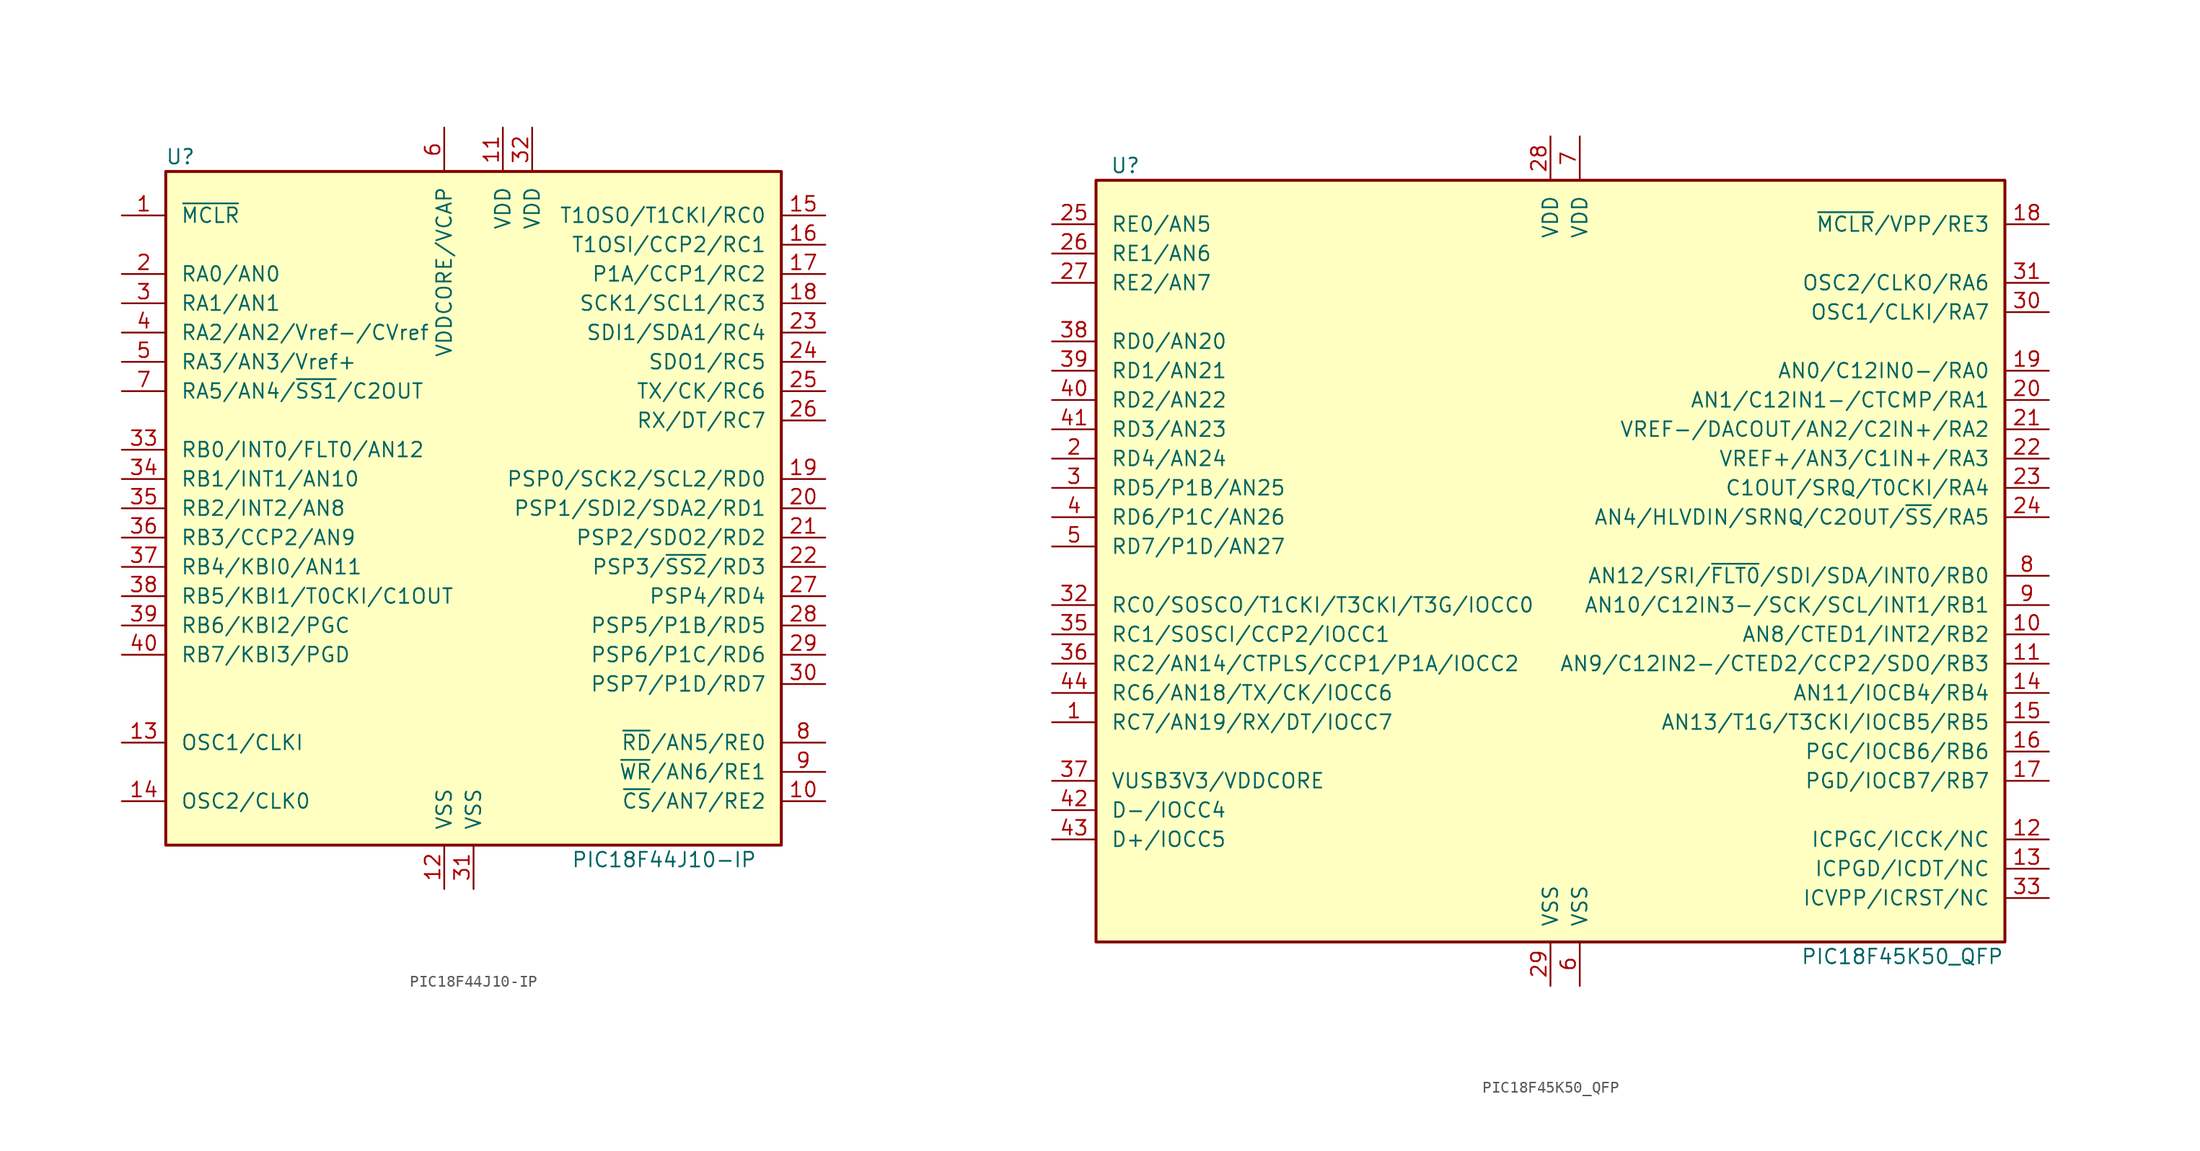
<source format=kicad_sym>
(kicad_symbol_lib
  (version 20201005)
  (generator kicad_symbol_editor)
  (symbol "MCU_Microchip_PIC18:PIC18F44J10-IP"
    (pin_names
      (offset 1.27))
    (property "Reference" "U"
      (at -25.4 30.48 0)
      (effects (font (size 1.27 1.27))))
    (property "Value" "PIC18F44J10-IP"
      (at 16.51 -30.48 0)
      (effects (font (size 1.27 1.27))))
    (symbol "PIC18F44J10-IP_0_0"
      (rectangle (start -26.67 -29.21) (end 26.67 29.21) (stroke (width 0.254)) (fill (type background))))
    (symbol "PIC18F44J10-IP_1_1"
      (pin input line (at -30.48 25.4 0) (length 3.81) (name "~MCLR~" (effects (font (size 1.27 1.27)))) (number "1" (effects (font (size 1.27 1.27)))))
      (pin tri_state line (at 30.48 -25.4 180) (length 3.81) (name "~CS~/AN7/RE2" (effects (font (size 1.27 1.27)))) (number "10" (effects (font (size 1.27 1.27)))))
      (pin power_in line (at 2.54 33.02 270) (length 3.81) (name "VDD" (effects (font (size 1.27 1.27)))) (number "11" (effects (font (size 1.27 1.27)))))
      (pin power_in line (at -2.54 -33.02 90) (length 3.81) (name "VSS" (effects (font (size 1.27 1.27)))) (number "12" (effects (font (size 1.27 1.27)))))
      (pin input line (at -30.48 -20.32 0) (length 3.81) (name "OSC1/CLKI" (effects (font (size 1.27 1.27)))) (number "13" (effects (font (size 1.27 1.27)))))
      (pin output line (at -30.48 -25.4 0) (length 3.81) (name "OSC2/CLK0" (effects (font (size 1.27 1.27)))) (number "14" (effects (font (size 1.27 1.27)))))
      (pin tri_state line (at 30.48 25.4 180) (length 3.81) (name "T1OSO/T1CKI/RC0" (effects (font (size 1.27 1.27)))) (number "15" (effects (font (size 1.27 1.27)))))
      (pin tri_state line (at 30.48 22.86 180) (length 3.81) (name "T1OSI/CCP2/RC1" (effects (font (size 1.27 1.27)))) (number "16" (effects (font (size 1.27 1.27)))))
      (pin tri_state line (at 30.48 20.32 180) (length 3.81) (name "P1A/CCP1/RC2" (effects (font (size 1.27 1.27)))) (number "17" (effects (font (size 1.27 1.27)))))
      (pin tri_state line (at 30.48 17.78 180) (length 3.81) (name "SCK1/SCL1/RC3" (effects (font (size 1.27 1.27)))) (number "18" (effects (font (size 1.27 1.27)))))
      (pin tri_state line (at 30.48 2.54 180) (length 3.81) (name "PSP0/SCK2/SCL2/RD0" (effects (font (size 1.27 1.27)))) (number "19" (effects (font (size 1.27 1.27)))))
      (pin tri_state line (at -30.48 20.32 0) (length 3.81) (name "RA0/AN0" (effects (font (size 1.27 1.27)))) (number "2" (effects (font (size 1.27 1.27)))))
      (pin tri_state line (at 30.48 0 180) (length 3.81) (name "PSP1/SDI2/SDA2/RD1" (effects (font (size 1.27 1.27)))) (number "20" (effects (font (size 1.27 1.27)))))
      (pin tri_state line (at 30.48 -2.54 180) (length 3.81) (name "PSP2/SDO2/RD2" (effects (font (size 1.27 1.27)))) (number "21" (effects (font (size 1.27 1.27)))))
      (pin tri_state line (at 30.48 -5.08 180) (length 3.81) (name "PSP3/~SS2~/RD3" (effects (font (size 1.27 1.27)))) (number "22" (effects (font (size 1.27 1.27)))))
      (pin tri_state line (at 30.48 15.24 180) (length 3.81) (name "SDI1/SDA1/RC4" (effects (font (size 1.27 1.27)))) (number "23" (effects (font (size 1.27 1.27)))))
      (pin tri_state line (at 30.48 12.7 180) (length 3.81) (name "SDO1/RC5" (effects (font (size 1.27 1.27)))) (number "24" (effects (font (size 1.27 1.27)))))
      (pin tri_state line (at 30.48 10.16 180) (length 3.81) (name "TX/CK/RC6" (effects (font (size 1.27 1.27)))) (number "25" (effects (font (size 1.27 1.27)))))
      (pin tri_state line (at 30.48 7.62 180) (length 3.81) (name "RX/DT/RC7" (effects (font (size 1.27 1.27)))) (number "26" (effects (font (size 1.27 1.27)))))
      (pin tri_state line (at 30.48 -7.62 180) (length 3.81) (name "PSP4/RD4" (effects (font (size 1.27 1.27)))) (number "27" (effects (font (size 1.27 1.27)))))
      (pin tri_state line (at 30.48 -10.16 180) (length 3.81) (name "PSP5/P1B/RD5" (effects (font (size 1.27 1.27)))) (number "28" (effects (font (size 1.27 1.27)))))
      (pin tri_state line (at 30.48 -12.7 180) (length 3.81) (name "PSP6/P1C/RD6" (effects (font (size 1.27 1.27)))) (number "29" (effects (font (size 1.27 1.27)))))
      (pin tri_state line (at -30.48 17.78 0) (length 3.81) (name "RA1/AN1" (effects (font (size 1.27 1.27)))) (number "3" (effects (font (size 1.27 1.27)))))
      (pin tri_state line (at 30.48 -15.24 180) (length 3.81) (name "PSP7/P1D/RD7" (effects (font (size 1.27 1.27)))) (number "30" (effects (font (size 1.27 1.27)))))
      (pin power_in line (at 0 -33.02 90) (length 3.81) (name "VSS" (effects (font (size 1.27 1.27)))) (number "31" (effects (font (size 1.27 1.27)))))
      (pin power_in line (at 5.08 33.02 270) (length 3.81) (name "VDD" (effects (font (size 1.27 1.27)))) (number "32" (effects (font (size 1.27 1.27)))))
      (pin tri_state line (at -30.48 5.08 0) (length 3.81) (name "RB0/INT0/FLT0/AN12" (effects (font (size 1.27 1.27)))) (number "33" (effects (font (size 1.27 1.27)))))
      (pin tri_state line (at -30.48 2.54 0) (length 3.81) (name "RB1/INT1/AN10" (effects (font (size 1.27 1.27)))) (number "34" (effects (font (size 1.27 1.27)))))
      (pin tri_state line (at -30.48 0 0) (length 3.81) (name "RB2/INT2/AN8" (effects (font (size 1.27 1.27)))) (number "35" (effects (font (size 1.27 1.27)))))
      (pin tri_state line (at -30.48 -2.54 0) (length 3.81) (name "RB3/CCP2/AN9" (effects (font (size 1.27 1.27)))) (number "36" (effects (font (size 1.27 1.27)))))
      (pin tri_state line (at -30.48 -5.08 0) (length 3.81) (name "RB4/KBI0/AN11" (effects (font (size 1.27 1.27)))) (number "37" (effects (font (size 1.27 1.27)))))
      (pin tri_state line (at -30.48 -7.62 0) (length 3.81) (name "RB5/KBI1/T0CKI/C1OUT" (effects (font (size 1.27 1.27)))) (number "38" (effects (font (size 1.27 1.27)))))
      (pin tri_state line (at -30.48 -10.16 0) (length 3.81) (name "RB6/KBI2/PGC" (effects (font (size 1.27 1.27)))) (number "39" (effects (font (size 1.27 1.27)))))
      (pin tri_state line (at -30.48 15.24 0) (length 3.81) (name "RA2/AN2/Vref-/CVref" (effects (font (size 1.27 1.27)))) (number "4" (effects (font (size 1.27 1.27)))))
      (pin tri_state line (at -30.48 -12.7 0) (length 3.81) (name "RB7/KBI3/PGD" (effects (font (size 1.27 1.27)))) (number "40" (effects (font (size 1.27 1.27)))))
      (pin tri_state line (at -30.48 12.7 0) (length 3.81) (name "RA3/AN3/Vref+" (effects (font (size 1.27 1.27)))) (number "5" (effects (font (size 1.27 1.27)))))
      (pin passive line (at -2.54 33.02 270) (length 3.81) (name "VDDCORE/VCAP" (effects (font (size 1.27 1.27)))) (number "6" (effects (font (size 1.27 1.27)))))
      (pin tri_state line (at -30.48 10.16 0) (length 3.81) (name "RA5/AN4/~SS1~/C2OUT" (effects (font (size 1.27 1.27)))) (number "7" (effects (font (size 1.27 1.27)))))
      (pin tri_state line (at 30.48 -20.32 180) (length 3.81) (name "~RD~/AN5/RE0" (effects (font (size 1.27 1.27)))) (number "8" (effects (font (size 1.27 1.27)))))
      (pin tri_state line (at 30.48 -22.86 180) (length 3.81) (name "~WR~/AN6/RE1" (effects (font (size 1.27 1.27)))) (number "9" (effects (font (size 1.27 1.27)))))))
  (symbol "MCU_Microchip_PIC18:PIC18F45K50_QFP"
    (pin_names
      (offset 1.27))
    (property "Reference" "U"
      (at -36.83 33.02 0)
      (effects (font (size 1.27 1.27))))
    (property "Value" "PIC18F45K50_QFP"
      (at 30.48 -35.56 0)
      (effects (font (size 1.27 1.27))))
    (symbol "PIC18F45K50_QFP_0_1"
      (rectangle (start -39.37 31.75) (end 39.37 -34.29) (stroke (width 0.254)) (fill (type background))))
    (symbol "PIC18F45K50_QFP_1_1"
      (pin bidirectional line (at -43.18 -15.24 0) (length 3.81) (name "RC7/AN19/RX/DT/IOCC7" (effects (font (size 1.27 1.27)))) (number "1" (effects (font (size 1.27 1.27)))))
      (pin bidirectional line (at 43.18 -7.62 180) (length 3.81) (name "AN8/CTED1/INT2/RB2" (effects (font (size 1.27 1.27)))) (number "10" (effects (font (size 1.27 1.27)))))
      (pin bidirectional line (at 43.18 -10.16 180) (length 3.81) (name "AN9/C12IN2-/CTED2/CCP2/SDO/RB3" (effects (font (size 1.27 1.27)))) (number "11" (effects (font (size 1.27 1.27)))))
      (pin bidirectional line (at 43.18 -25.4 180) (length 3.81) (name "ICPGC/ICCK/NC" (effects (font (size 1.27 1.27)))) (number "12" (effects (font (size 1.27 1.27)))))
      (pin bidirectional line (at 43.18 -27.94 180) (length 3.81) (name "ICPGD/ICDT/NC" (effects (font (size 1.27 1.27)))) (number "13" (effects (font (size 1.27 1.27)))))
      (pin bidirectional line (at 43.18 -12.7 180) (length 3.81) (name "AN11/IOCB4/RB4" (effects (font (size 1.27 1.27)))) (number "14" (effects (font (size 1.27 1.27)))))
      (pin bidirectional line (at 43.18 -15.24 180) (length 3.81) (name "AN13/T1G/T3CKI/IOCB5/RB5" (effects (font (size 1.27 1.27)))) (number "15" (effects (font (size 1.27 1.27)))))
      (pin bidirectional line (at 43.18 -17.78 180) (length 3.81) (name "PGC/IOCB6/RB6" (effects (font (size 1.27 1.27)))) (number "16" (effects (font (size 1.27 1.27)))))
      (pin bidirectional line (at 43.18 -20.32 180) (length 3.81) (name "PGD/IOCB7/RB7" (effects (font (size 1.27 1.27)))) (number "17" (effects (font (size 1.27 1.27)))))
      (pin input line (at 43.18 27.94 180) (length 3.81) (name "~MCLR~/VPP/RE3" (effects (font (size 1.27 1.27)))) (number "18" (effects (font (size 1.27 1.27)))))
      (pin bidirectional line (at 43.18 15.24 180) (length 3.81) (name "AN0/C12IN0-/RA0" (effects (font (size 1.27 1.27)))) (number "19" (effects (font (size 1.27 1.27)))))
      (pin bidirectional line (at -43.18 7.62 0) (length 3.81) (name "RD4/AN24" (effects (font (size 1.27 1.27)))) (number "2" (effects (font (size 1.27 1.27)))))
      (pin bidirectional line (at 43.18 12.7 180) (length 3.81) (name "AN1/C12IN1-/CTCMP/RA1" (effects (font (size 1.27 1.27)))) (number "20" (effects (font (size 1.27 1.27)))))
      (pin bidirectional line (at 43.18 10.16 180) (length 3.81) (name "VREF-/DACOUT/AN2/C2IN+/RA2" (effects (font (size 1.27 1.27)))) (number "21" (effects (font (size 1.27 1.27)))))
      (pin bidirectional line (at 43.18 7.62 180) (length 3.81) (name "VREF+/AN3/C1IN+/RA3" (effects (font (size 1.27 1.27)))) (number "22" (effects (font (size 1.27 1.27)))))
      (pin bidirectional line (at 43.18 5.08 180) (length 3.81) (name "C1OUT/SRQ/T0CKI/RA4" (effects (font (size 1.27 1.27)))) (number "23" (effects (font (size 1.27 1.27)))))
      (pin bidirectional line (at 43.18 2.54 180) (length 3.81) (name "AN4/HLVDIN/SRNQ/C2OUT/~SS~/RA5" (effects (font (size 1.27 1.27)))) (number "24" (effects (font (size 1.27 1.27)))))
      (pin bidirectional line (at -43.18 27.94 0) (length 3.81) (name "RE0/AN5" (effects (font (size 1.27 1.27)))) (number "25" (effects (font (size 1.27 1.27)))))
      (pin bidirectional line (at -43.18 25.4 0) (length 3.81) (name "RE1/AN6" (effects (font (size 1.27 1.27)))) (number "26" (effects (font (size 1.27 1.27)))))
      (pin bidirectional line (at -43.18 22.86 0) (length 3.81) (name "RE2/AN7" (effects (font (size 1.27 1.27)))) (number "27" (effects (font (size 1.27 1.27)))))
      (pin power_in line (at 0 35.56 270) (length 3.81) (name "VDD" (effects (font (size 1.27 1.27)))) (number "28" (effects (font (size 1.27 1.27)))))
      (pin power_in line (at 0 -38.1 90) (length 3.81) (name "VSS" (effects (font (size 1.27 1.27)))) (number "29" (effects (font (size 1.27 1.27)))))
      (pin bidirectional line (at -43.18 5.08 0) (length 3.81) (name "RD5/P1B/AN25" (effects (font (size 1.27 1.27)))) (number "3" (effects (font (size 1.27 1.27)))))
      (pin bidirectional line (at 43.18 20.32 180) (length 3.81) (name "OSC1/CLKI/RA7" (effects (font (size 1.27 1.27)))) (number "30" (effects (font (size 1.27 1.27)))))
      (pin bidirectional line (at 43.18 22.86 180) (length 3.81) (name "OSC2/CLKO/RA6" (effects (font (size 1.27 1.27)))) (number "31" (effects (font (size 1.27 1.27)))))
      (pin bidirectional line (at -43.18 -5.08 0) (length 3.81) (name "RC0/SOSCO/T1CKI/T3CKI/T3G/IOCC0" (effects (font (size 1.27 1.27)))) (number "32" (effects (font (size 1.27 1.27)))))
      (pin bidirectional line (at 43.18 -30.48 180) (length 3.81) (name "ICVPP/ICRST/NC" (effects (font (size 1.27 1.27)))) (number "33" (effects (font (size 1.27 1.27)))))
      (pin no_connect line (at -17.78 -38.1 90) (length 3.81) hide (name "NC" (effects (font (size 1.27 1.27)))) (number "34" (effects (font (size 1.27 1.27)))))
      (pin bidirectional line (at -43.18 -7.62 0) (length 3.81) (name "RC1/SOSCI/CCP2/IOCC1" (effects (font (size 1.27 1.27)))) (number "35" (effects (font (size 1.27 1.27)))))
      (pin bidirectional line (at -43.18 -10.16 0) (length 3.81) (name "RC2/AN14/CTPLS/CCP1/P1A/IOCC2" (effects (font (size 1.27 1.27)))) (number "36" (effects (font (size 1.27 1.27)))))
      (pin power_in line (at -43.18 -20.32 0) (length 3.81) (name "VUSB3V3/VDDCORE" (effects (font (size 1.27 1.27)))) (number "37" (effects (font (size 1.27 1.27)))))
      (pin bidirectional line (at -43.18 17.78 0) (length 3.81) (name "RD0/AN20" (effects (font (size 1.27 1.27)))) (number "38" (effects (font (size 1.27 1.27)))))
      (pin bidirectional line (at -43.18 15.24 0) (length 3.81) (name "RD1/AN21" (effects (font (size 1.27 1.27)))) (number "39" (effects (font (size 1.27 1.27)))))
      (pin bidirectional line (at -43.18 2.54 0) (length 3.81) (name "RD6/P1C/AN26" (effects (font (size 1.27 1.27)))) (number "4" (effects (font (size 1.27 1.27)))))
      (pin bidirectional line (at -43.18 12.7 0) (length 3.81) (name "RD2/AN22" (effects (font (size 1.27 1.27)))) (number "40" (effects (font (size 1.27 1.27)))))
      (pin bidirectional line (at -43.18 10.16 0) (length 3.81) (name "RD3/AN23" (effects (font (size 1.27 1.27)))) (number "41" (effects (font (size 1.27 1.27)))))
      (pin bidirectional line (at -43.18 -22.86 0) (length 3.81) (name "D-/IOCC4" (effects (font (size 1.27 1.27)))) (number "42" (effects (font (size 1.27 1.27)))))
      (pin bidirectional line (at -43.18 -25.4 0) (length 3.81) (name "D+/IOCC5" (effects (font (size 1.27 1.27)))) (number "43" (effects (font (size 1.27 1.27)))))
      (pin bidirectional line (at -43.18 -12.7 0) (length 3.81) (name "RC6/AN18/TX/CK/IOCC6" (effects (font (size 1.27 1.27)))) (number "44" (effects (font (size 1.27 1.27)))))
      (pin bidirectional line (at -43.18 0 0) (length 3.81) (name "RD7/P1D/AN27" (effects (font (size 1.27 1.27)))) (number "5" (effects (font (size 1.27 1.27)))))
      (pin power_in line (at 2.54 -38.1 90) (length 3.81) (name "VSS" (effects (font (size 1.27 1.27)))) (number "6" (effects (font (size 1.27 1.27)))))
      (pin power_in line (at 2.54 35.56 270) (length 3.81) (name "VDD" (effects (font (size 1.27 1.27)))) (number "7" (effects (font (size 1.27 1.27)))))
      (pin bidirectional line (at 43.18 -2.54 180) (length 3.81) (name "AN12/SRI/~FLT0~/SDI/SDA/INT0/RB0" (effects (font (size 1.27 1.27)))) (number "8" (effects (font (size 1.27 1.27)))))
      (pin bidirectional line (at 43.18 -5.08 180) (length 3.81) (name "AN10/C12IN3-/SCK/SCL/INT1/RB1" (effects (font (size 1.27 1.27)))) (number "9" (effects (font (size 1.27 1.27))))))))
</source>
